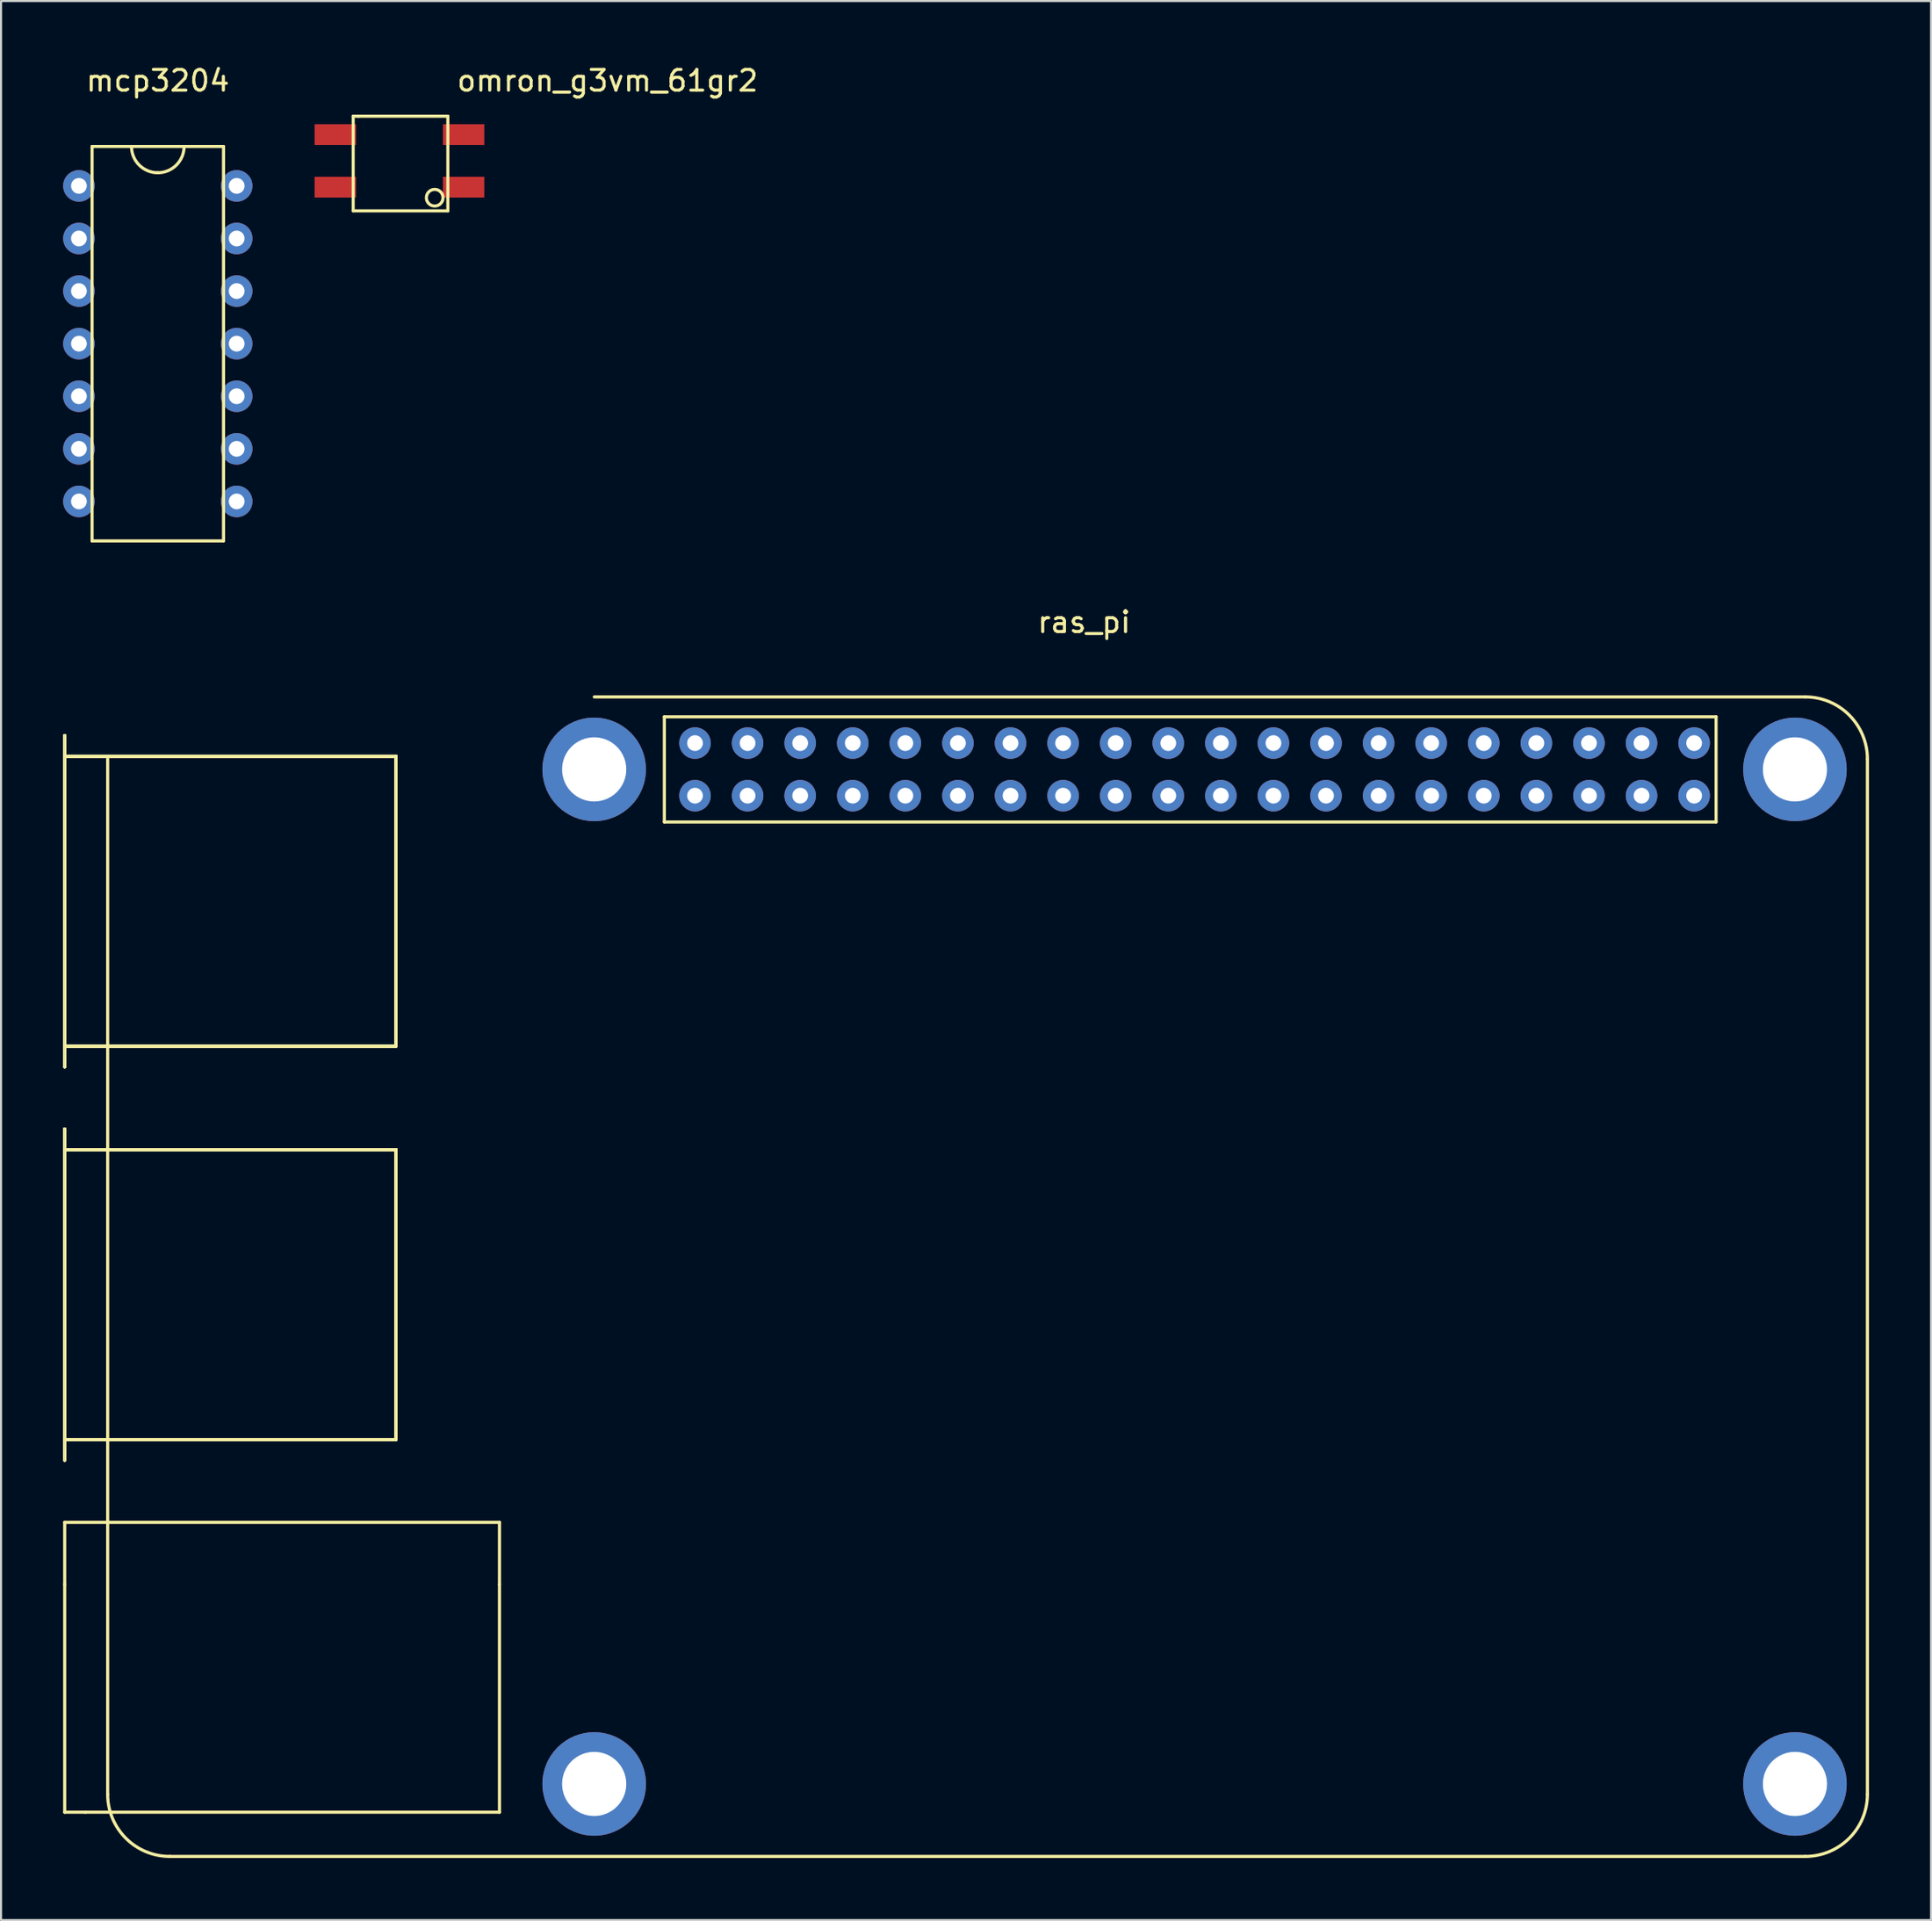
<source format=kicad_pcb>
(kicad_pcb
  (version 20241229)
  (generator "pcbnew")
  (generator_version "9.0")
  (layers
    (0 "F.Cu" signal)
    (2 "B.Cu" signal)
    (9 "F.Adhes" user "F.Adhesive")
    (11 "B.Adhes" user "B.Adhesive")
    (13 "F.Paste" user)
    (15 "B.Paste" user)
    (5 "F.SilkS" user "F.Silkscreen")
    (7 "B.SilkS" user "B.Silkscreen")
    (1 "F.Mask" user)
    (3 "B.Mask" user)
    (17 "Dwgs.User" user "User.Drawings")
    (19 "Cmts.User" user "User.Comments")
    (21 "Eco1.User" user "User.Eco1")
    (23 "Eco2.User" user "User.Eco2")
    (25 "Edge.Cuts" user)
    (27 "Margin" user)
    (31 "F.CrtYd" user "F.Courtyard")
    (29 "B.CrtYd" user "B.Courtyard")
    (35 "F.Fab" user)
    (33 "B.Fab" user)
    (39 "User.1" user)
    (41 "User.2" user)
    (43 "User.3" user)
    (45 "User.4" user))
  (footprint "omron_g3vm_61gr2"
    (layer "F.Cu")
    (at 16.296 4.848)
    (property "Reference" "omron_g3vm_61gr2" (at 10 -4 0) (layer "F.SilkS") (effects (font (size 1 1) (thickness 0.15))))
    (attr through_hole)
    (fp_line (start -2.286 -2.286) (end -2.286 2.286) (stroke (width 0.15) (type solid)) (layer "F.SilkS"))
    (fp_line (start -2.286 2.286) (end 2.286 2.286) (stroke (width 0.15) (type solid)) (layer "F.SilkS"))
    (fp_line (start -2.032 -2.286) (end -2.286 -2.286) (stroke (width 0.15) (type solid)) (layer "F.SilkS"))
    (fp_line (start 2.286 -2.286) (end -2.032 -2.286) (stroke (width 0.15) (type solid)) (layer "F.SilkS"))
    (fp_line (start 2.286 2.286) (end 2.286 -2.286) (stroke (width 0.15) (type solid)) (layer "F.SilkS"))
    (fp_circle (center 1.651 1.651) (end 1.27 1.524) (stroke (width 0.15) (type solid)) (fill no) (layer "F.SilkS"))
    (pad "1" smd rect (at 3.048 1.143 90) (size 1 2) (layers "F.Cu" "F.Mask" "F.Paste"))
    (pad "2" smd rect (at 3.048 -1.397 90) (size 1 2) (layers "F.Cu" "F.Mask" "F.Paste"))
    (pad "3" smd rect (at -3.152 -1.397 90) (size 1 2) (layers "F.Cu" "F.Mask" "F.Paste"))
    (pad "4" smd rect (at -3.152 1.143 90) (size 1 2) (layers "F.Cu" "F.Mask" "F.Paste")))
  (footprint "mcp3204"
    (layer "F.Cu")
    (at 4.572 11.008)
    (property "Reference" "mcp3204" (at 0 -10.16 0) (layer "F.SilkS") (effects (font (size 1 1) (thickness 0.15))))
    (attr through_hole)
    (fp_line (start -3.175 -6.985) (end 3.175 -6.985) (stroke (width 0.15) (type solid)) (layer "F.SilkS"))
    (fp_line (start -3.175 12.065) (end -3.175 -6.985) (stroke (width 0.15) (type solid)) (layer "F.SilkS"))
    (fp_line (start 3.175 -6.985) (end 3.175 12.065) (stroke (width 0.15) (type solid)) (layer "F.SilkS"))
    (fp_line (start 3.175 12.065) (end -3.175 12.065) (stroke (width 0.15) (type solid)) (layer "F.SilkS"))
    (fp_arc (start 0 -5.715) (mid -0.898026 -6.086974) (end -1.27 -6.985) (stroke (width 0.15) (type solid)) (layer "F.SilkS"))
    (fp_arc (start 1.27 -6.985) (mid 0.898026 -6.086974) (end 0 -5.715) (stroke (width 0.15) (type solid)) (layer "F.SilkS"))
    (pad "1" thru_hole circle (at -3.81 -5.08) (size 1.524 1.524) (drill 0.762) (layers "*.Cu" "*.Mask"))
    (pad "2" thru_hole circle (at -3.81 -2.54) (size 1.524 1.524) (drill 0.762) (layers "*.Cu" "*.Mask"))
    (pad "3" thru_hole circle (at -3.81 0) (size 1.524 1.524) (drill 0.762) (layers "*.Cu" "*.Mask"))
    (pad "4" thru_hole circle (at -3.81 2.54) (size 1.524 1.524) (drill 0.762) (layers "*.Cu" "*.Mask"))
    (pad "5" thru_hole circle (at -3.81 5.08) (size 1.524 1.524) (drill 0.762) (layers "*.Cu" "*.Mask"))
    (pad "6" thru_hole circle (at -3.81 7.62) (size 1.524 1.524) (drill 0.762) (layers "*.Cu" "*.Mask"))
    (pad "7" thru_hole circle (at -3.81 10.16) (size 1.524 1.524) (drill 0.762) (layers "*.Cu" "*.Mask"))
    (pad "8" thru_hole circle (at 3.81 10.16) (size 1.524 1.524) (drill 0.762) (layers "*.Cu" "*.Mask"))
    (pad "9" thru_hole circle (at 3.81 7.62) (size 1.524 1.524) (drill 0.762) (layers "*.Cu" "*.Mask"))
    (pad "10" thru_hole circle (at 3.81 5.08) (size 1.524 1.524) (drill 0.762) (layers "*.Cu" "*.Mask"))
    (pad "11" thru_hole circle (at 3.81 2.54) (size 1.524 1.524) (drill 0.762) (layers "*.Cu" "*.Mask"))
    (pad "12" thru_hole circle (at 3.81 0) (size 1.524 1.524) (drill 0.762) (layers "*.Cu" "*.Mask"))
    (pad "13" thru_hole circle (at 3.81 -2.54) (size 1.524 1.524) (drill 0.762) (layers "*.Cu" "*.Mask"))
    (pad "14" thru_hole circle (at 3.81 -5.08) (size 1.524 1.524) (drill 0.762) (layers "*.Cu" "*.Mask")))
  (footprint "ras_pi"
    (layer "F.Cu")
    (at 25.655 31.744)
    (property "Reference" "ras_pi" (at 23.661 -4.747 0) (layer "F.SilkS") (effects (font (size 1 1) (thickness 0.15))))
    (attr through_hole)
    (fp_line (start -25.58 0.73) (end -25.58 16.73) (stroke (width 0.15) (type solid)) (layer "F.SilkS"))
    (fp_line (start -25.58 0.73) (end -25.58 16.73) (stroke (width 0.15) (type solid)) (layer "F.SilkS"))
    (fp_line (start -25.58 0.73) (end -25.58 16.73) (stroke (width 0.15) (type solid)) (layer "F.SilkS"))
    (fp_line (start -25.58 0.73) (end -25.58 16.73) (stroke (width 0.15) (type solid)) (layer "F.SilkS"))
    (fp_line (start -25.58 1.73) (end -9.58 1.73) (stroke (width 0.15) (type solid)) (layer "F.SilkS"))
    (fp_line (start -25.58 1.73) (end -9.58 1.73) (stroke (width 0.15) (type solid)) (layer "F.SilkS"))
    (fp_line (start -25.58 1.73) (end -9.58 1.73) (stroke (width 0.15) (type solid)) (layer "F.SilkS"))
    (fp_line (start -25.58 1.73) (end -9.58 1.73) (stroke (width 0.15) (type solid)) (layer "F.SilkS"))
    (fp_line (start -25.58 19.73) (end -25.58 35.73) (stroke (width 0.15) (type solid)) (layer "F.SilkS"))
    (fp_line (start -25.58 19.73) (end -25.58 35.73) (stroke (width 0.15) (type solid)) (layer "F.SilkS"))
    (fp_line (start -25.58 19.73) (end -25.58 35.73) (stroke (width 0.15) (type solid)) (layer "F.SilkS"))
    (fp_line (start -25.58 19.73) (end -25.58 35.73) (stroke (width 0.15) (type solid)) (layer "F.SilkS"))
    (fp_line (start -25.58 20.73) (end -9.58 20.73) (stroke (width 0.15) (type solid)) (layer "F.SilkS"))
    (fp_line (start -25.58 20.73) (end -9.58 20.73) (stroke (width 0.15) (type solid)) (layer "F.SilkS"))
    (fp_line (start -25.58 20.73) (end -9.58 20.73) (stroke (width 0.15) (type solid)) (layer "F.SilkS"))
    (fp_line (start -25.58 20.73) (end -9.58 20.73) (stroke (width 0.15) (type solid)) (layer "F.SilkS"))
    (fp_line (start -25.58 38.73) (end -25.58 41.73) (stroke (width 0.15) (type solid)) (layer "F.SilkS"))
    (fp_line (start -25.58 38.73) (end -4.58 38.73) (stroke (width 0.15) (type solid)) (layer "F.SilkS"))
    (fp_line (start -25.58 41.73) (end -25.58 52.73) (stroke (width 0.15) (type solid)) (layer "F.SilkS"))
    (fp_line (start -24.58 52.73) (end -25.58 52.73) (stroke (width 0.15) (type solid)) (layer "F.SilkS"))
    (fp_line (start -23.505 1.865) (end -23.505 51.865) (stroke (width 0.15) (type solid)) (layer "F.SilkS"))
    (fp_line (start -9.58 1.73) (end -9.58 15.73) (stroke (width 0.15) (type solid)) (layer "F.SilkS"))
    (fp_line (start -9.58 1.73) (end -9.58 15.73) (stroke (width 0.15) (type solid)) (layer "F.SilkS"))
    (fp_line (start -9.58 1.73) (end -9.58 15.73) (stroke (width 0.15) (type solid)) (layer "F.SilkS"))
    (fp_line (start -9.58 1.73) (end -9.58 15.73) (stroke (width 0.15) (type solid)) (layer "F.SilkS"))
    (fp_line (start -9.58 15.73) (end -25.58 15.73) (stroke (width 0.15) (type solid)) (layer "F.SilkS"))
    (fp_line (start -9.58 15.73) (end -25.58 15.73) (stroke (width 0.15) (type solid)) (layer "F.SilkS"))
    (fp_line (start -9.58 15.73) (end -25.58 15.73) (stroke (width 0.15) (type solid)) (layer "F.SilkS"))
    (fp_line (start -9.58 15.73) (end -25.58 15.73) (stroke (width 0.15) (type solid)) (layer "F.SilkS"))
    (fp_line (start -9.58 20.73) (end -9.58 34.73) (stroke (width 0.15) (type solid)) (layer "F.SilkS"))
    (fp_line (start -9.58 20.73) (end -9.58 34.73) (stroke (width 0.15) (type solid)) (layer "F.SilkS"))
    (fp_line (start -9.58 20.73) (end -9.58 34.73) (stroke (width 0.15) (type solid)) (layer "F.SilkS"))
    (fp_line (start -9.58 20.73) (end -9.58 34.73) (stroke (width 0.15) (type solid)) (layer "F.SilkS"))
    (fp_line (start -9.58 34.73) (end -25.58 34.73) (stroke (width 0.15) (type solid)) (layer "F.SilkS"))
    (fp_line (start -9.58 34.73) (end -25.58 34.73) (stroke (width 0.15) (type solid)) (layer "F.SilkS"))
    (fp_line (start -9.58 34.73) (end -25.58 34.73) (stroke (width 0.15) (type solid)) (layer "F.SilkS"))
    (fp_line (start -9.58 34.73) (end -25.58 34.73) (stroke (width 0.15) (type solid)) (layer "F.SilkS"))
    (fp_line (start -4.58 38.73) (end -4.58 41.73) (stroke (width 0.15) (type solid)) (layer "F.SilkS"))
    (fp_line (start -4.58 41.73) (end -4.58 52.73) (stroke (width 0.15) (type solid)) (layer "F.SilkS"))
    (fp_line (start -4.58 52.73) (end -24.58 52.73) (stroke (width 0.15) (type solid)) (layer "F.SilkS"))
    (fp_line (start 0 -1.135) (end 58.495 -1.135) (stroke (width 0.15) (type solid)) (layer "F.SilkS"))
    (fp_line (start 3.385 -0.175) (end 54.185 -0.175) (stroke (width 0.15) (type solid)) (layer "F.SilkS"))
    (fp_line (start 3.385 4.905) (end 3.385 -0.175) (stroke (width 0.15) (type solid)) (layer "F.SilkS"))
    (fp_line (start 54.185 -0.175) (end 54.185 4.905) (stroke (width 0.15) (type solid)) (layer "F.SilkS"))
    (fp_line (start 54.185 4.905) (end 3.385 4.905) (stroke (width 0.15) (type solid)) (layer "F.SilkS"))
    (fp_line (start 58.495 54.865) (end -20.505 54.865) (stroke (width 0.15) (type solid)) (layer "F.SilkS"))
    (fp_line (start 61.495 1.865) (end 61.495 51.865) (stroke (width 0.15) (type solid)) (layer "F.SilkS"))
    (fp_arc (start -20.505 54.865) (mid -22.62632 53.98632) (end -23.505 51.865) (stroke (width 0.15) (type solid)) (layer "F.SilkS"))
    (fp_arc (start 58.495 -1.135) (mid 60.61632 -0.25632) (end 61.495 1.865) (stroke (width 0.15) (type solid)) (layer "F.SilkS"))
    (fp_arc (start 61.495 51.865) (mid 60.61632 53.98632) (end 58.495 54.865) (stroke (width 0.15) (type solid)) (layer "F.SilkS"))
    (pad "" np_thru_hole circle (at -0.005 2.365) (size 5 5) (drill 3.1) (layers "*.Cu" "*.Mask"))
    (pad "" np_thru_hole circle (at -0.005 51.365) (size 5 5) (drill 3.1) (layers "*.Cu" "*.Mask"))
    (pad "" np_thru_hole circle (at 57.995 2.365) (size 5 5) (drill 3.1) (layers "*.Cu" "*.Mask"))
    (pad "" np_thru_hole circle (at 57.995 51.365) (size 5 5) (drill 3.1) (layers "*.Cu" "*.Mask"))
    (pad "1" thru_hole circle (at 53.125 3.635 270) (size 1.524 1.524) (drill 0.762) (layers "*.Cu" "*.Mask"))
    (pad "2" thru_hole circle (at 53.125 1.095 270) (size 1.524 1.524) (drill 0.762) (layers "*.Cu" "*.Mask"))
    (pad "3" thru_hole circle (at 50.585 3.635 270) (size 1.524 1.524) (drill 0.762) (layers "*.Cu" "*.Mask"))
    (pad "4" thru_hole circle (at 50.585 1.095 270) (size 1.524 1.524) (drill 0.762) (layers "*.Cu" "*.Mask"))
    (pad "5" thru_hole circle (at 48.045 3.635 270) (size 1.524 1.524) (drill 0.762) (layers "*.Cu" "*.Mask"))
    (pad "6" thru_hole circle (at 48.045 1.095 270) (size 1.524 1.524) (drill 0.762) (layers "*.Cu" "*.Mask"))
    (pad "7" thru_hole circle (at 45.505 3.635 270) (size 1.524 1.524) (drill 0.762) (layers "*.Cu" "*.Mask"))
    (pad "8" thru_hole circle (at 45.505 1.095 270) (size 1.524 1.524) (drill 0.762) (layers "*.Cu" "*.Mask"))
    (pad "9" thru_hole circle (at 42.965 3.635 270) (size 1.524 1.524) (drill 0.762) (layers "*.Cu" "*.Mask"))
    (pad "10" thru_hole circle (at 42.965 1.095 270) (size 1.524 1.524) (drill 0.762) (layers "*.Cu" "*.Mask"))
    (pad "11" thru_hole circle (at 40.425 3.635 270) (size 1.524 1.524) (drill 0.762) (layers "*.Cu" "*.Mask"))
    (pad "12" thru_hole circle (at 40.425 1.095 270) (size 1.524 1.524) (drill 0.762) (layers "*.Cu" "*.Mask"))
    (pad "13" thru_hole circle (at 37.885 3.635 270) (size 1.524 1.524) (drill 0.762) (layers "*.Cu" "*.Mask"))
    (pad "14" thru_hole circle (at 37.885 1.095 270) (size 1.524 1.524) (drill 0.762) (layers "*.Cu" "*.Mask"))
    (pad "15" thru_hole circle (at 35.345 3.635 270) (size 1.524 1.524) (drill 0.762) (layers "*.Cu" "*.Mask"))
    (pad "16" thru_hole circle (at 35.345 1.095 270) (size 1.524 1.524) (drill 0.762) (layers "*.Cu" "*.Mask"))
    (pad "17" thru_hole circle (at 32.805 3.635 270) (size 1.524 1.524) (drill 0.762) (layers "*.Cu" "*.Mask"))
    (pad "18" thru_hole circle (at 32.805 1.095 270) (size 1.524 1.524) (drill 0.762) (layers "*.Cu" "*.Mask"))
    (pad "19" thru_hole circle (at 30.265 3.635 270) (size 1.524 1.524) (drill 0.762) (layers "*.Cu" "*.Mask"))
    (pad "20" thru_hole circle (at 30.265 1.095 270) (size 1.524 1.524) (drill 0.762) (layers "*.Cu" "*.Mask"))
    (pad "21" thru_hole circle (at 27.725 3.635 270) (size 1.524 1.524) (drill 0.762) (layers "*.Cu" "*.Mask"))
    (pad "22" thru_hole circle (at 27.725 1.095 270) (size 1.524 1.524) (drill 0.762) (layers "*.Cu" "*.Mask"))
    (pad "23" thru_hole circle (at 25.185 3.635 270) (size 1.524 1.524) (drill 0.762) (layers "*.Cu" "*.Mask"))
    (pad "24" thru_hole circle (at 25.185 1.095 270) (size 1.524 1.524) (drill 0.762) (layers "*.Cu" "*.Mask"))
    (pad "25" thru_hole circle (at 22.645 3.635 270) (size 1.524 1.524) (drill 0.762) (layers "*.Cu" "*.Mask"))
    (pad "26" thru_hole circle (at 22.645 1.095 270) (size 1.524 1.524) (drill 0.762) (layers "*.Cu" "*.Mask"))
    (pad "27" thru_hole circle (at 20.105 3.635 270) (size 1.524 1.524) (drill 0.762) (layers "*.Cu" "*.Mask"))
    (pad "28" thru_hole circle (at 20.105 1.095 270) (size 1.524 1.524) (drill 0.762) (layers "*.Cu" "*.Mask"))
    (pad "29" thru_hole circle (at 17.565 3.635 270) (size 1.524 1.524) (drill 0.762) (layers "*.Cu" "*.Mask"))
    (pad "30" thru_hole circle (at 17.565 1.095 270) (size 1.524 1.524) (drill 0.762) (layers "*.Cu" "*.Mask"))
    (pad "31" thru_hole circle (at 15.025 3.635 270) (size 1.524 1.524) (drill 0.762) (layers "*.Cu" "*.Mask"))
    (pad "32" thru_hole circle (at 15.025 1.095 270) (size 1.524 1.524) (drill 0.762) (layers "*.Cu" "*.Mask"))
    (pad "33" thru_hole circle (at 12.485 3.635 270) (size 1.524 1.524) (drill 0.762) (layers "*.Cu" "*.Mask"))
    (pad "34" thru_hole circle (at 12.485 1.095 270) (size 1.524 1.524) (drill 0.762) (layers "*.Cu" "*.Mask"))
    (pad "35" thru_hole circle (at 9.945 3.635 270) (size 1.524 1.524) (drill 0.762) (layers "*.Cu" "*.Mask"))
    (pad "36" thru_hole circle (at 9.945 1.095 270) (size 1.524 1.524) (drill 0.762) (layers "*.Cu" "*.Mask"))
    (pad "37" thru_hole circle (at 7.405 3.635 270) (size 1.524 1.524) (drill 0.762) (layers "*.Cu" "*.Mask"))
    (pad "38" thru_hole circle (at 7.405 1.095 270) (size 1.524 1.524) (drill 0.762) (layers "*.Cu" "*.Mask"))
    (pad "39" thru_hole circle (at 4.865 3.635 270) (size 1.524 1.524) (drill 0.762) (layers "*.Cu" "*.Mask"))
    (pad "40" thru_hole circle (at 4.865 1.095 270) (size 1.524 1.524) (drill 0.762) (layers "*.Cu" "*.Mask")))
  (gr_rect
    (start -3 -3)
    (end 90.225 89.683)
    (stroke (width 0.1) (type default))
    (fill no)
    (layer "Edge.Cuts")))
</source>
